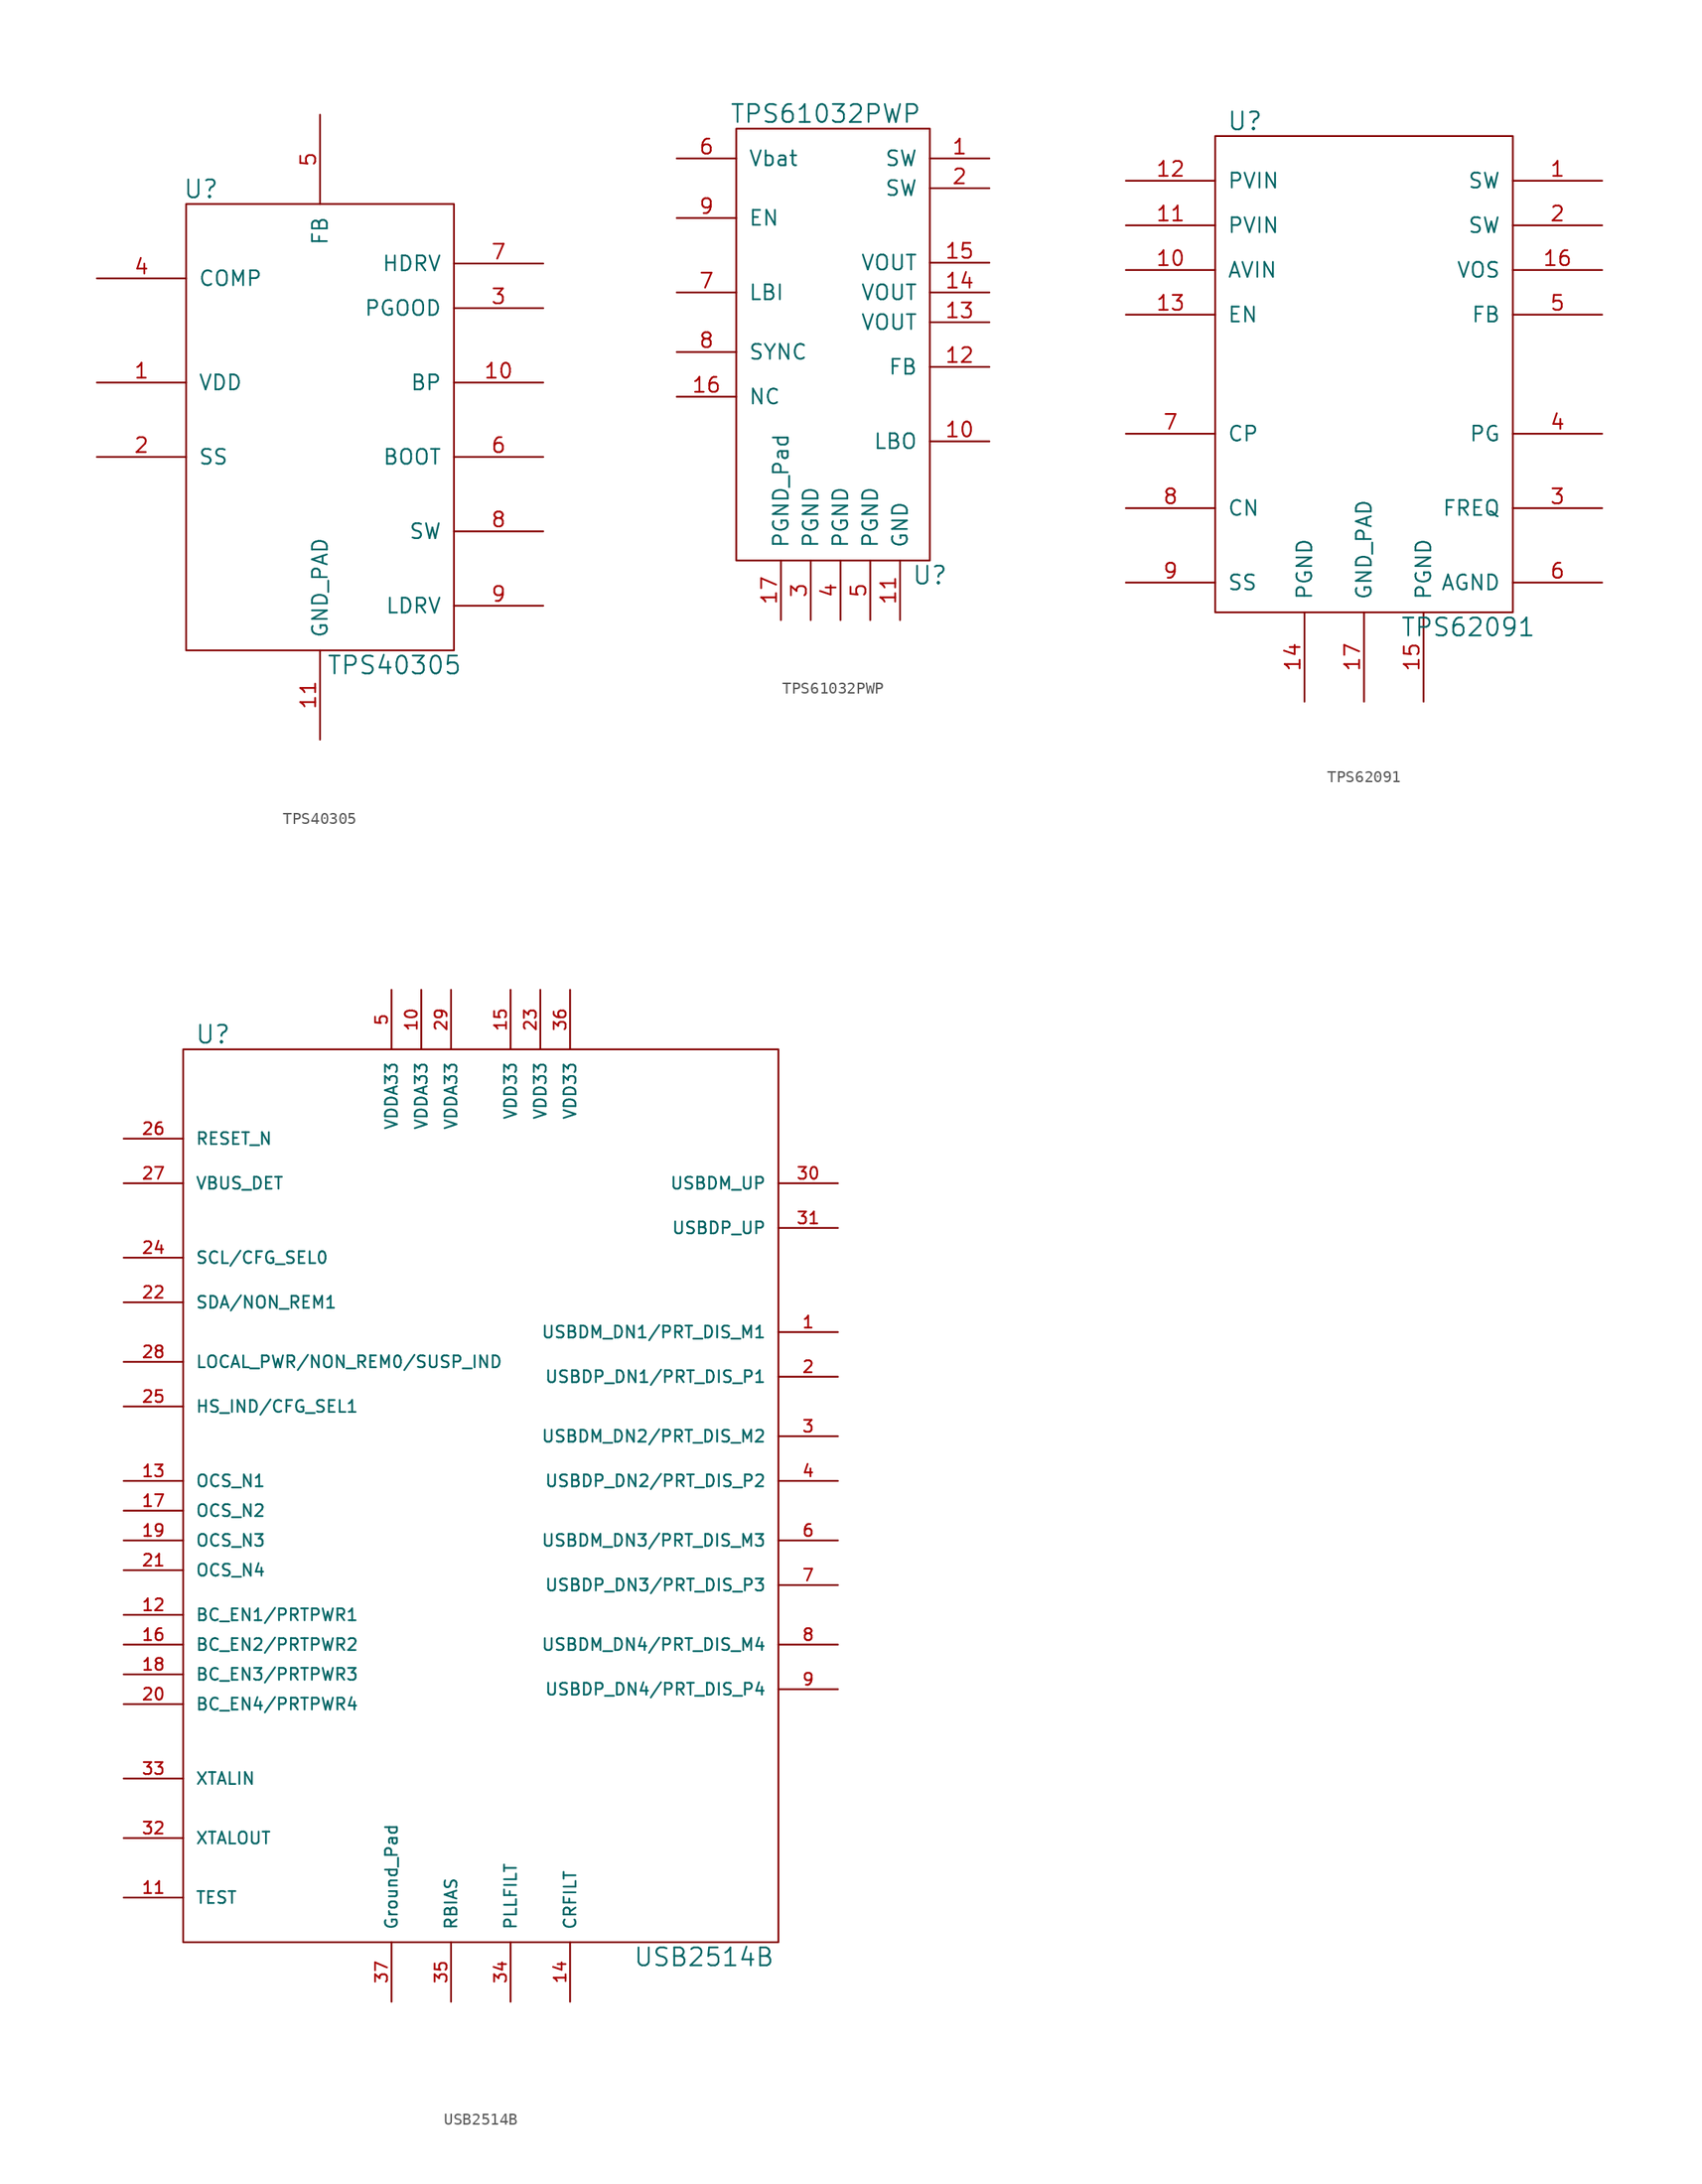
<source format=kicad_sym>
(kicad_symbol_lib
  (version 20211014)
  (generator kicad_symbol_editor)
  (symbol "TPS40305"
    (pin_names
      (offset 1.016))
    (property "Reference" "U"
      (at -10.16 20.32 0)
      (effects (font (size 1.524 1.524))))
    (property "Value" "TPS40305"
      (at 6.35 -20.32 0)
      (effects (font (size 1.524 1.524))))
    (property "Footprint" ""
      (at 0 0 0)
      (effects (font (size 1.524 1.524))))
    (property "Datasheet" ""
      (at 0 0 0)
      (effects (font (size 1.524 1.524))))
    (symbol "TPS40305_0_1"
      (rectangle (start -11.43 19.05) (end 11.43 -19.05) (stroke (width 0) (type default) (color 0 0 0 0)) (fill (type none))))
    (symbol "TPS40305_1_1"
      (pin input line (at -19.05 3.81 0) (length 7.62) (name "VDD" (effects (font (size 1.27 1.27)))) (number "1" (effects (font (size 1.27 1.27)))))
      (pin input line (at 19.05 3.81 180) (length 7.62) (name "BP" (effects (font (size 1.27 1.27)))) (number "10" (effects (font (size 1.27 1.27)))))
      (pin input line (at 0 -26.67 90) (length 7.62) (name "GND_PAD" (effects (font (size 1.27 1.27)))) (number "11" (effects (font (size 1.27 1.27)))))
      (pin input line (at -19.05 -2.54 0) (length 7.62) (name "SS" (effects (font (size 1.27 1.27)))) (number "2" (effects (font (size 1.27 1.27)))))
      (pin input line (at 19.05 10.16 180) (length 7.62) (name "PGOOD" (effects (font (size 1.27 1.27)))) (number "3" (effects (font (size 1.27 1.27)))))
      (pin input line (at -19.05 12.7 0) (length 7.62) (name "COMP" (effects (font (size 1.27 1.27)))) (number "4" (effects (font (size 1.27 1.27)))))
      (pin input line (at 0 26.67 270) (length 7.62) (name "FB" (effects (font (size 1.27 1.27)))) (number "5" (effects (font (size 1.27 1.27)))))
      (pin input line (at 19.05 -2.54 180) (length 7.62) (name "BOOT" (effects (font (size 1.27 1.27)))) (number "6" (effects (font (size 1.27 1.27)))))
      (pin input line (at 19.05 13.97 180) (length 7.62) (name "HDRV" (effects (font (size 1.27 1.27)))) (number "7" (effects (font (size 1.27 1.27)))))
      (pin input line (at 19.05 -8.89 180) (length 7.62) (name "SW" (effects (font (size 1.27 1.27)))) (number "8" (effects (font (size 1.27 1.27)))))
      (pin input line (at 19.05 -15.24 180) (length 7.62) (name "LDRV" (effects (font (size 1.27 1.27)))) (number "9" (effects (font (size 1.27 1.27)))))))
  (symbol "TPS61032PWP"
    (pin_names
      (offset 1.016))
    (property "Reference" "U"
      (at 7.62 -40.64 0)
      (effects (font (size 1.524 1.524))))
    (property "Value" "TPS61032PWP"
      (at -1.27 -1.27 0)
      (effects (font (size 1.524 1.524))))
    (symbol "TPS61032PWP_0_1"
      (rectangle (start 7.62 -2.54) (end -8.89 -39.37) (stroke (width 0) (type default) (color 0 0 0 0)) (fill (type none))))
    (symbol "TPS61032PWP_1_1"
      (pin input line (at 12.7 -5.08 180) (length 5.08) (name "SW" (effects (font (size 1.27 1.27)))) (number "1" (effects (font (size 1.27 1.27)))))
      (pin input line (at 12.7 -29.21 180) (length 5.08) (name "LBO" (effects (font (size 1.27 1.27)))) (number "10" (effects (font (size 1.27 1.27)))))
      (pin input line (at 5.08 -44.45 90) (length 5.08) (name "GND" (effects (font (size 1.27 1.27)))) (number "11" (effects (font (size 1.27 1.27)))))
      (pin input line (at 12.7 -22.86 180) (length 5.08) (name "FB" (effects (font (size 1.27 1.27)))) (number "12" (effects (font (size 1.27 1.27)))))
      (pin input line (at 12.7 -19.05 180) (length 5.08) (name "VOUT" (effects (font (size 1.27 1.27)))) (number "13" (effects (font (size 1.27 1.27)))))
      (pin input line (at 12.7 -16.51 180) (length 5.08) (name "VOUT" (effects (font (size 1.27 1.27)))) (number "14" (effects (font (size 1.27 1.27)))))
      (pin input line (at 12.7 -13.97 180) (length 5.08) (name "VOUT" (effects (font (size 1.27 1.27)))) (number "15" (effects (font (size 1.27 1.27)))))
      (pin input line (at -13.97 -25.4 0) (length 5.08) (name "NC" (effects (font (size 1.27 1.27)))) (number "16" (effects (font (size 1.27 1.27)))))
      (pin input line (at -5.08 -44.45 90) (length 5.08) (name "PGND_Pad" (effects (font (size 1.27 1.27)))) (number "17" (effects (font (size 1.27 1.27)))))
      (pin input line (at 12.7 -7.62 180) (length 5.08) (name "SW" (effects (font (size 1.27 1.27)))) (number "2" (effects (font (size 1.27 1.27)))))
      (pin input line (at -2.54 -44.45 90) (length 5.08) (name "PGND" (effects (font (size 1.27 1.27)))) (number "3" (effects (font (size 1.27 1.27)))))
      (pin input line (at 0 -44.45 90) (length 5.08) (name "PGND" (effects (font (size 1.27 1.27)))) (number "4" (effects (font (size 1.27 1.27)))))
      (pin input line (at 2.54 -44.45 90) (length 5.08) (name "PGND" (effects (font (size 1.27 1.27)))) (number "5" (effects (font (size 1.27 1.27)))))
      (pin input line (at -13.97 -5.08 0) (length 5.08) (name "Vbat" (effects (font (size 1.27 1.27)))) (number "6" (effects (font (size 1.27 1.27)))))
      (pin input line (at -13.97 -16.51 0) (length 5.08) (name "LBI" (effects (font (size 1.27 1.27)))) (number "7" (effects (font (size 1.27 1.27)))))
      (pin input line (at -13.97 -21.59 0) (length 5.08) (name "SYNC" (effects (font (size 1.27 1.27)))) (number "8" (effects (font (size 1.27 1.27)))))
      (pin input line (at -13.97 -10.16 0) (length 5.08) (name "EN" (effects (font (size 1.27 1.27)))) (number "9" (effects (font (size 1.27 1.27)))))))
  (symbol "TPS62091"
    (pin_names
      (offset 1.016))
    (property "Reference" "U"
      (at -10.16 21.59 0)
      (effects (font (size 1.524 1.524))))
    (property "Value" "TPS62091"
      (at 8.89 -21.59 0)
      (effects (font (size 1.524 1.524))))
    (property "Footprint" ""
      (at 0 0 0)
      (effects (font (size 1.524 1.524))))
    (property "Datasheet" ""
      (at 0 0 0)
      (effects (font (size 1.524 1.524))))
    (symbol "TPS62091_0_1"
      (rectangle (start -12.7 20.32) (end 12.7 -20.32) (stroke (width 0) (type default) (color 0 0 0 0)) (fill (type none))))
    (symbol "TPS62091_1_1"
      (pin input line (at 20.32 16.51 180) (length 7.62) (name "SW" (effects (font (size 1.27 1.27)))) (number "1" (effects (font (size 1.27 1.27)))))
      (pin input line (at -20.32 8.89 0) (length 7.62) (name "AVIN" (effects (font (size 1.27 1.27)))) (number "10" (effects (font (size 1.27 1.27)))))
      (pin input line (at -20.32 12.7 0) (length 7.62) (name "PVIN" (effects (font (size 1.27 1.27)))) (number "11" (effects (font (size 1.27 1.27)))))
      (pin input line (at -20.32 16.51 0) (length 7.62) (name "PVIN" (effects (font (size 1.27 1.27)))) (number "12" (effects (font (size 1.27 1.27)))))
      (pin input line (at -20.32 5.08 0) (length 7.62) (name "EN" (effects (font (size 1.27 1.27)))) (number "13" (effects (font (size 1.27 1.27)))))
      (pin input line (at -5.08 -27.94 90) (length 7.62) (name "PGND" (effects (font (size 1.27 1.27)))) (number "14" (effects (font (size 1.27 1.27)))))
      (pin input line (at 5.08 -27.94 90) (length 7.62) (name "PGND" (effects (font (size 1.27 1.27)))) (number "15" (effects (font (size 1.27 1.27)))))
      (pin input line (at 20.32 8.89 180) (length 7.62) (name "VOS" (effects (font (size 1.27 1.27)))) (number "16" (effects (font (size 1.27 1.27)))))
      (pin input line (at 0 -27.94 90) (length 7.62) (name "GND_PAD" (effects (font (size 1.27 1.27)))) (number "17" (effects (font (size 1.27 1.27)))))
      (pin input line (at 20.32 12.7 180) (length 7.62) (name "SW" (effects (font (size 1.27 1.27)))) (number "2" (effects (font (size 1.27 1.27)))))
      (pin input line (at 20.32 -11.43 180) (length 7.62) (name "FREQ" (effects (font (size 1.27 1.27)))) (number "3" (effects (font (size 1.27 1.27)))))
      (pin input line (at 20.32 -5.08 180) (length 7.62) (name "PG" (effects (font (size 1.27 1.27)))) (number "4" (effects (font (size 1.27 1.27)))))
      (pin input line (at 20.32 5.08 180) (length 7.62) (name "FB" (effects (font (size 1.27 1.27)))) (number "5" (effects (font (size 1.27 1.27)))))
      (pin input line (at 20.32 -17.78 180) (length 7.62) (name "AGND" (effects (font (size 1.27 1.27)))) (number "6" (effects (font (size 1.27 1.27)))))
      (pin input line (at -20.32 -5.08 0) (length 7.62) (name "CP" (effects (font (size 1.27 1.27)))) (number "7" (effects (font (size 1.27 1.27)))))
      (pin input line (at -20.32 -11.43 0) (length 7.62) (name "CN" (effects (font (size 1.27 1.27)))) (number "8" (effects (font (size 1.27 1.27)))))
      (pin input line (at -20.32 -17.78 0) (length 7.62) (name "SS" (effects (font (size 1.27 1.27)))) (number "9" (effects (font (size 1.27 1.27)))))))
  (symbol "USB2514B"
    (pin_names
      (offset 1.016))
    (property "Reference" "U"
      (at -22.86 38.1 0)
      (effects (font (size 1.524 1.524))))
    (property "Value" "USB2514B"
      (at 19.05 -40.64 0)
      (effects (font (size 1.524 1.524))))
    (property "Footprint" ""
      (at 11.43 1.27 0)
      (effects (font (size 1.524 1.524))))
    (property "Datasheet" ""
      (at 11.43 1.27 0)
      (effects (font (size 1.524 1.524))))
    (symbol "USB2514B_0_1"
      (rectangle (start 25.4 -39.37) (end -25.4 36.83) (stroke (width 0) (type default) (color 0 0 0 0)) (fill (type none))))
    (symbol "USB2514B_1_1"
      (pin bidirectional line (at 30.48 12.7 180) (length 5.08) (name "USBDM_DN1/PRT_DIS_M1" (effects (font (size 1.016 1.016)))) (number "1" (effects (font (size 1.016 1.016)))))
      (pin power_in line (at -5.08 41.91 270) (length 5.08) (name "VDDA33" (effects (font (size 1.016 1.016)))) (number "10" (effects (font (size 1.016 1.016)))))
      (pin bidirectional line (at -30.48 -35.56 0) (length 5.08) (name "TEST" (effects (font (size 1.016 1.016)))) (number "11" (effects (font (size 1.016 1.016)))))
      (pin input line (at -30.48 -11.43 0) (length 5.08) (name "BC_EN1/PRTPWR1" (effects (font (size 1.016 1.016)))) (number "12" (effects (font (size 1.016 1.016)))))
      (pin input line (at -30.48 0 0) (length 5.08) (name "OCS_N1" (effects (font (size 1.016 1.016)))) (number "13" (effects (font (size 1.016 1.016)))))
      (pin output line (at 7.62 -44.45 90) (length 5.08) (name "CRFILT" (effects (font (size 1.016 1.016)))) (number "14" (effects (font (size 1.016 1.016)))))
      (pin power_in line (at 2.54 41.91 270) (length 5.08) (name "VDD33" (effects (font (size 1.016 1.016)))) (number "15" (effects (font (size 1.016 1.016)))))
      (pin input line (at -30.48 -13.97 0) (length 5.08) (name "BC_EN2/PRTPWR2" (effects (font (size 1.016 1.016)))) (number "16" (effects (font (size 1.016 1.016)))))
      (pin input line (at -30.48 -2.54 0) (length 5.08) (name "OCS_N2" (effects (font (size 1.016 1.016)))) (number "17" (effects (font (size 1.016 1.016)))))
      (pin input line (at -30.48 -16.51 0) (length 5.08) (name "BC_EN3/PRTPWR3" (effects (font (size 1.016 1.016)))) (number "18" (effects (font (size 1.016 1.016)))))
      (pin input line (at -30.48 -5.08 0) (length 5.08) (name "OCS_N3" (effects (font (size 1.016 1.016)))) (number "19" (effects (font (size 1.016 1.016)))))
      (pin bidirectional line (at 30.48 8.89 180) (length 5.08) (name "USBDP_DN1/PRT_DIS_P1" (effects (font (size 1.016 1.016)))) (number "2" (effects (font (size 1.016 1.016)))))
      (pin input line (at -30.48 -19.05 0) (length 5.08) (name "BC_EN4/PRTPWR4" (effects (font (size 1.016 1.016)))) (number "20" (effects (font (size 1.016 1.016)))))
      (pin input line (at -30.48 -7.62 0) (length 5.08) (name "OCS_N4" (effects (font (size 1.016 1.016)))) (number "21" (effects (font (size 1.016 1.016)))))
      (pin bidirectional line (at -30.48 15.24 0) (length 5.08) (name "SDA/NON_REM1" (effects (font (size 1.016 1.016)))) (number "22" (effects (font (size 1.016 1.016)))))
      (pin power_in line (at 5.08 41.91 270) (length 5.08) (name "VDD33" (effects (font (size 1.016 1.016)))) (number "23" (effects (font (size 1.016 1.016)))))
      (pin input line (at -30.48 19.05 0) (length 5.08) (name "SCL/CFG_SEL0" (effects (font (size 1.016 1.016)))) (number "24" (effects (font (size 1.016 1.016)))))
      (pin output line (at -30.48 6.35 0) (length 5.08) (name "HS_IND/CFG_SEL1" (effects (font (size 1.016 1.016)))) (number "25" (effects (font (size 1.016 1.016)))))
      (pin input line (at -30.48 29.21 0) (length 5.08) (name "RESET_N" (effects (font (size 1.016 1.016)))) (number "26" (effects (font (size 1.016 1.016)))))
      (pin input line (at -30.48 25.4 0) (length 5.08) (name "VBUS_DET" (effects (font (size 1.016 1.016)))) (number "27" (effects (font (size 1.016 1.016)))))
      (pin input line (at -30.48 10.16 0) (length 5.08) (name "LOCAL_PWR/NON_REM0/SUSP_IND" (effects (font (size 1.016 1.016)))) (number "28" (effects (font (size 1.016 1.016)))))
      (pin power_in line (at -2.54 41.91 270) (length 5.08) (name "VDDA33" (effects (font (size 1.016 1.016)))) (number "29" (effects (font (size 1.016 1.016)))))
      (pin bidirectional line (at 30.48 3.81 180) (length 5.08) (name "USBDM_DN2/PRT_DIS_M2" (effects (font (size 1.016 1.016)))) (number "3" (effects (font (size 1.016 1.016)))))
      (pin bidirectional line (at 30.48 25.4 180) (length 5.08) (name "USBDM_UP" (effects (font (size 1.016 1.016)))) (number "30" (effects (font (size 1.016 1.016)))))
      (pin bidirectional line (at 30.48 21.59 180) (length 5.08) (name "USBDP_UP" (effects (font (size 1.016 1.016)))) (number "31" (effects (font (size 1.016 1.016)))))
      (pin power_in line (at -30.48 -30.48 0) (length 5.08) (name "XTALOUT" (effects (font (size 1.016 1.016)))) (number "32" (effects (font (size 1.016 1.016)))))
      (pin power_in line (at -30.48 -25.4 0) (length 5.08) (name "XTALIN" (effects (font (size 1.016 1.016)))) (number "33" (effects (font (size 1.016 1.016)))))
      (pin output line (at 2.54 -44.45 90) (length 5.08) (name "PLLFILT" (effects (font (size 1.016 1.016)))) (number "34" (effects (font (size 1.016 1.016)))))
      (pin input line (at -2.54 -44.45 90) (length 5.08) (name "RBIAS" (effects (font (size 1.016 1.016)))) (number "35" (effects (font (size 1.016 1.016)))))
      (pin power_in line (at 7.62 41.91 270) (length 5.08) (name "VDD33" (effects (font (size 1.016 1.016)))) (number "36" (effects (font (size 1.016 1.016)))))
      (pin power_out line (at -7.62 -44.45 90) (length 5.08) (name "Ground_Pad" (effects (font (size 1.016 1.016)))) (number "37" (effects (font (size 1.016 1.016)))))
      (pin bidirectional line (at 30.48 0 180) (length 5.08) (name "USBDP_DN2/PRT_DIS_P2" (effects (font (size 1.016 1.016)))) (number "4" (effects (font (size 1.016 1.016)))))
      (pin power_in line (at -7.62 41.91 270) (length 5.08) (name "VDDA33" (effects (font (size 1.016 1.016)))) (number "5" (effects (font (size 1.016 1.016)))))
      (pin bidirectional line (at 30.48 -5.08 180) (length 5.08) (name "USBDM_DN3/PRT_DIS_M3" (effects (font (size 1.016 1.016)))) (number "6" (effects (font (size 1.016 1.016)))))
      (pin bidirectional line (at 30.48 -8.89 180) (length 5.08) (name "USBDP_DN3/PRT_DIS_P3" (effects (font (size 1.016 1.016)))) (number "7" (effects (font (size 1.016 1.016)))))
      (pin bidirectional line (at 30.48 -13.97 180) (length 5.08) (name "USBDM_DN4/PRT_DIS_M4" (effects (font (size 1.016 1.016)))) (number "8" (effects (font (size 1.016 1.016)))))
      (pin bidirectional line (at 30.48 -17.78 180) (length 5.08) (name "USBDP_DN4/PRT_DIS_P4" (effects (font (size 1.016 1.016)))) (number "9" (effects (font (size 1.016 1.016))))))))
</source>
